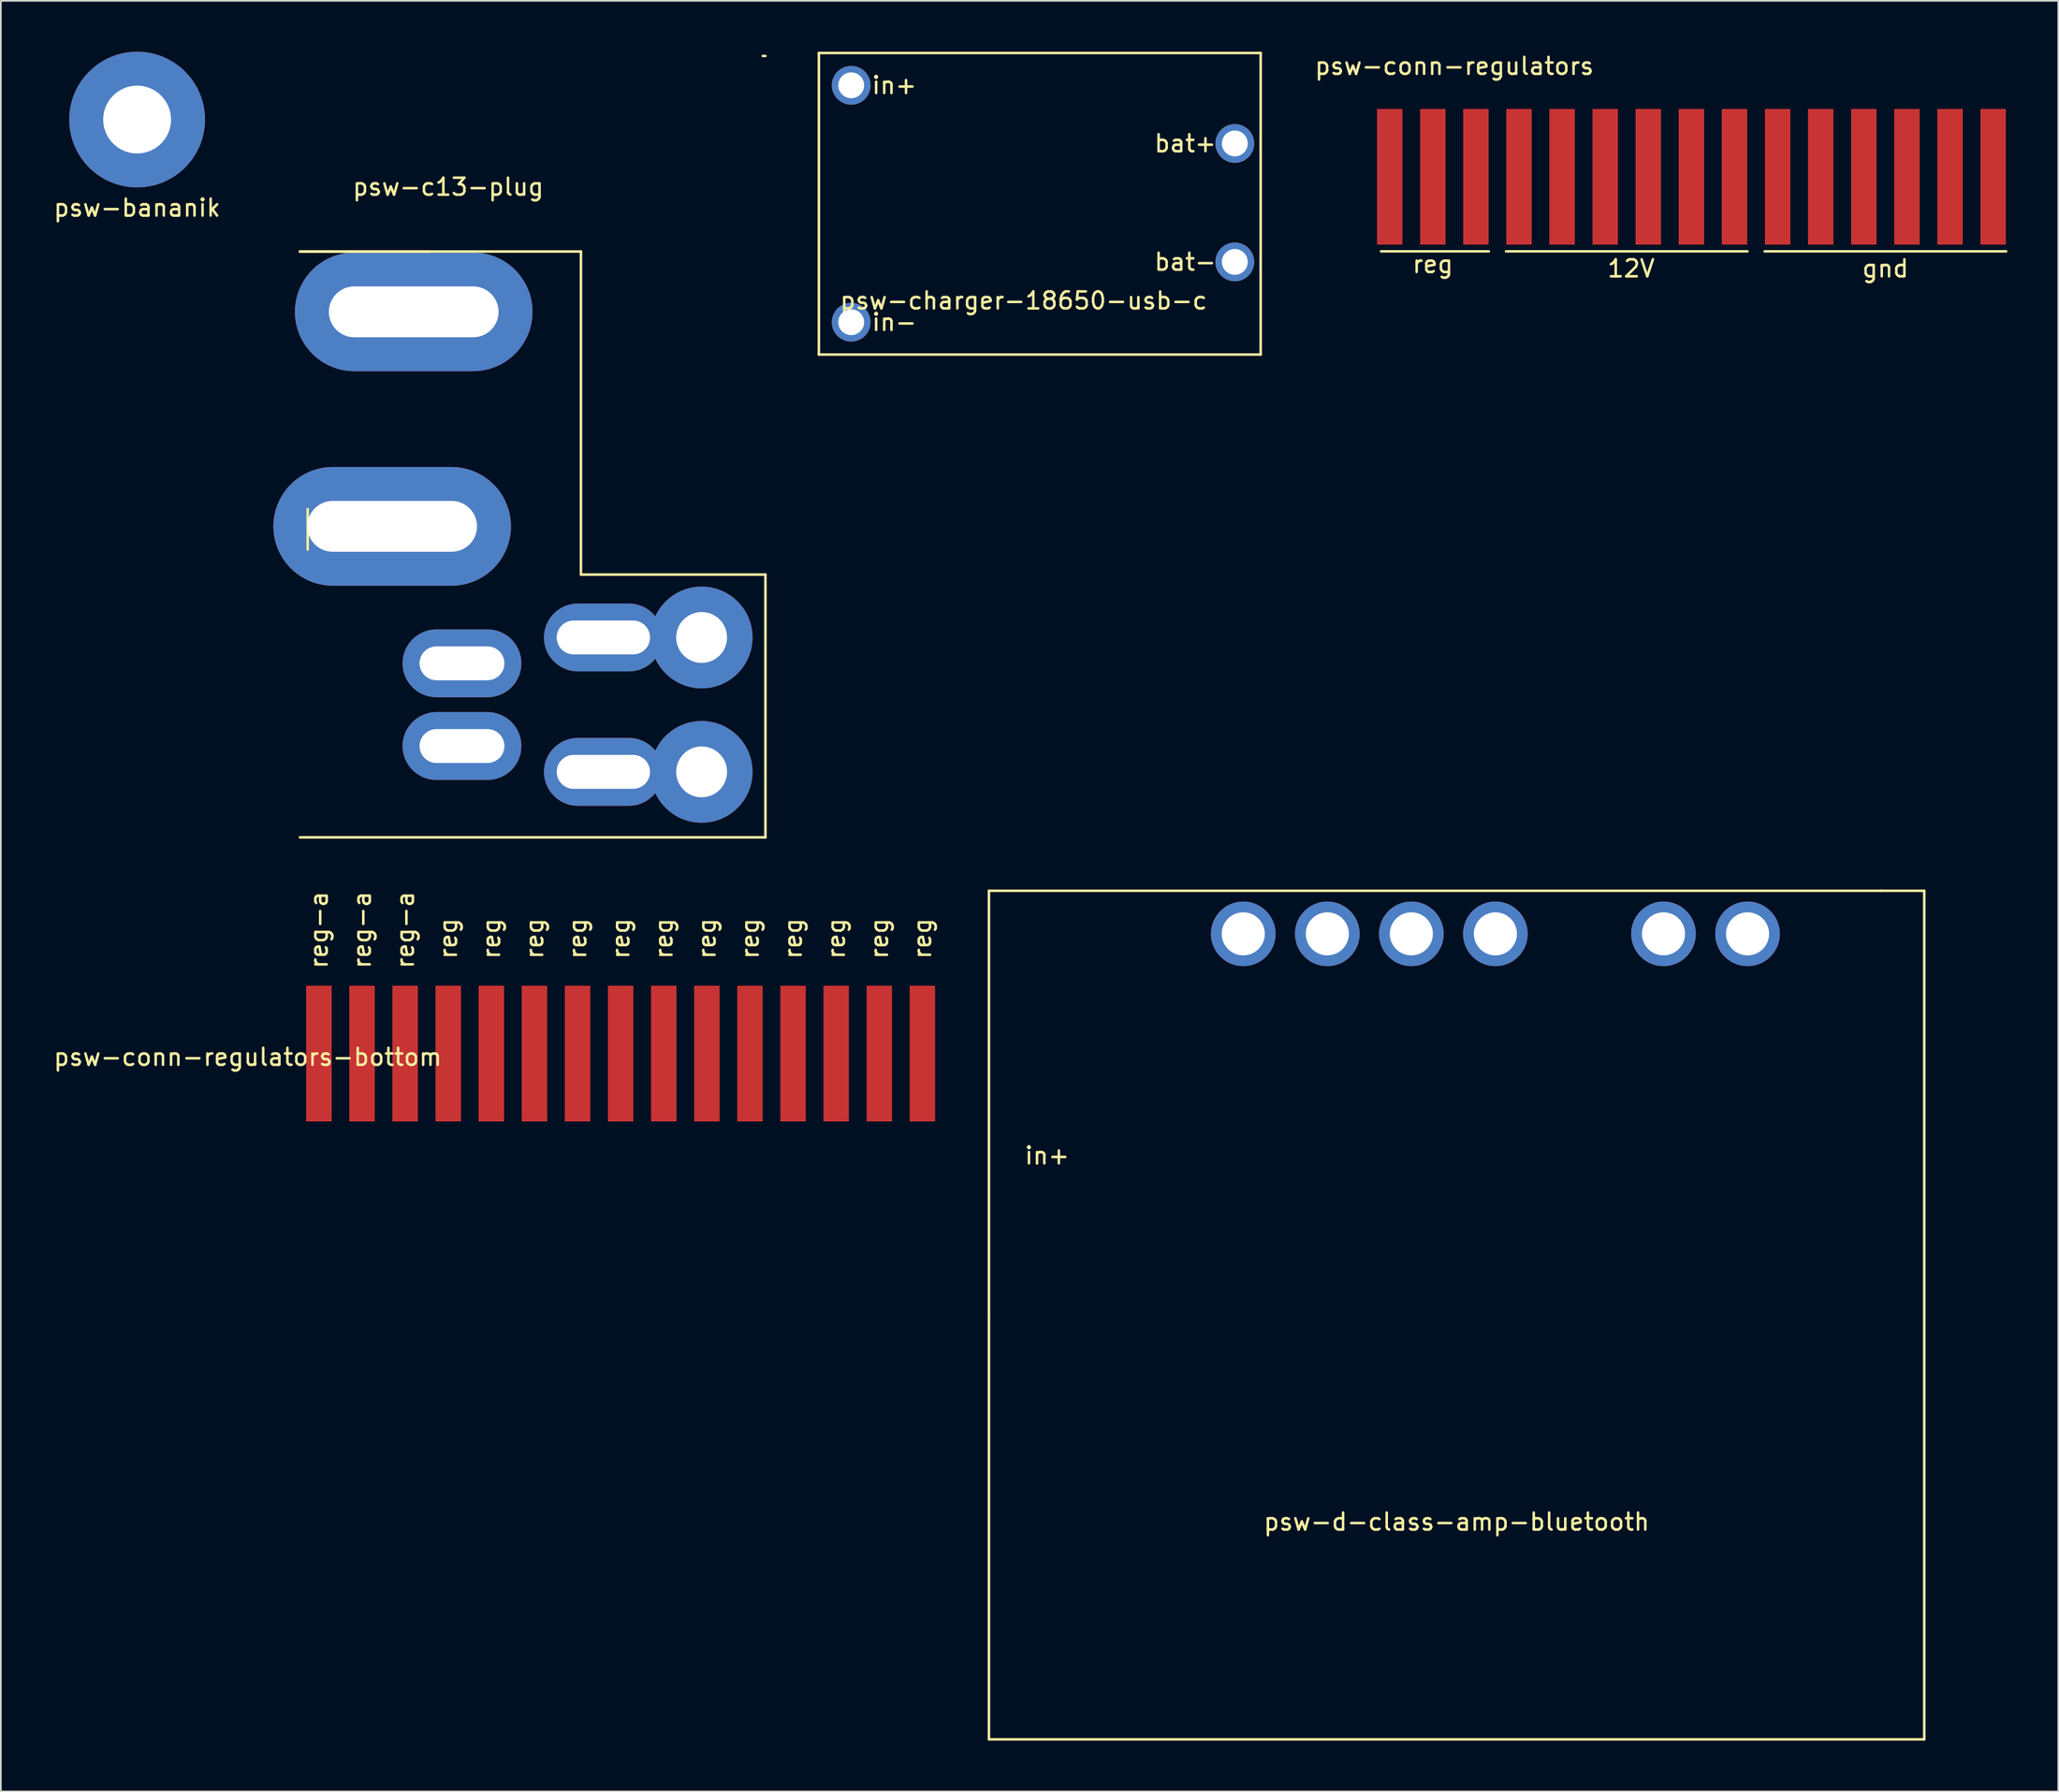
<source format=kicad_pcb>
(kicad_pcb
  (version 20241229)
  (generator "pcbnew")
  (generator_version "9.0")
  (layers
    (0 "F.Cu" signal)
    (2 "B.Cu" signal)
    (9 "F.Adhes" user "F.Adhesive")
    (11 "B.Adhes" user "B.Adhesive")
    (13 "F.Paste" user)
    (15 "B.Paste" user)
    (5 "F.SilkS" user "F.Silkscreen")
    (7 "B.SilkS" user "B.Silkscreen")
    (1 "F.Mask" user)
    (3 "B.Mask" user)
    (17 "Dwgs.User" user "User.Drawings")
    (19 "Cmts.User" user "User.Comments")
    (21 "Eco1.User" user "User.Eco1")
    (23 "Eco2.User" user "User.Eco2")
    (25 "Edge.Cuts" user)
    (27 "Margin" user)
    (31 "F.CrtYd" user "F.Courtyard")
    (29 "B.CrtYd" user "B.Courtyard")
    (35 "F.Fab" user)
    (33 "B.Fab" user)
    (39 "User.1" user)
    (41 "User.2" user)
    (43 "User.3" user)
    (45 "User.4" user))
  (footprint "psw-charger-18650-usb-c"
    (layer "F.Cu")
    (at 57.271 9.6)
    (property "Reference" "psw-charger-18650-usb-c" (at 0 5.08 0) (layer "F.SilkS") (effects (font (size 1 1) (thickness 0.15))))
    (attr through_hole)
    (fp_line (start -12.065 -9.525) (end 13.97 -9.525) (stroke (width 0.15) (type solid)) (layer "F.SilkS"))
    (fp_line (start -12.065 8.255) (end -12.065 -9.525) (stroke (width 0.15) (type solid)) (layer "F.SilkS"))
    (fp_line (start 13.97 -9.525) (end 13.97 8.255) (stroke (width 0.15) (type solid)) (layer "F.SilkS"))
    (fp_line (start 13.97 8.255) (end -12.065 8.255) (stroke (width 0.15) (type solid)) (layer "F.SilkS"))
    (fp_text user "in+" (at -7.62 -7.62 0) (layer "F.SilkS") (effects (font (size 1 1) (thickness 0.15))))
    (fp_text user "bat-" (at 9.525 2.794 0) (layer "F.SilkS") (effects (font (size 1 1) (thickness 0.15))))
    (fp_text user "in-" (at -7.62 6.35 0) (layer "F.SilkS") (effects (font (size 1 1) (thickness 0.15))))
    (fp_text user "bat+" (at 9.525 -4.191 0) (layer "F.SilkS") (effects (font (size 1 1) (thickness 0.15))))
    (pad "1" thru_hole circle (at -10.16 -7.62) (size 2.286 2.286) (drill 1.524) (layers "*.Cu" "*.Mask"))
    (pad "2" thru_hole circle (at -10.16 6.35) (size 2.286 2.286) (drill 1.524) (layers "*.Cu" "*.Mask"))
    (pad "3" thru_hole circle (at 12.446 -4.191) (size 2.286 2.286) (drill 1.524) (layers "*.Cu" "*.Mask"))
    (pad "4" thru_hole circle (at 12.446 2.794) (size 2.286 2.286) (drill 1.524) (layers "*.Cu" "*.Mask")))
  (footprint "psw-d-class-amp-bluetooth"
    (layer "F.Cu")
    (at 82.787 74.495)
    (property "Reference" "psw-d-class-amp-bluetooth" (at 0 12.192 0) (layer "F.SilkS") (effects (font (size 1 1) (thickness 0.15))))
    (attr through_hole)
    (fp_line (start -27.559 -25.019) (end 25.019 -25.019) (stroke (width 0.15) (type solid)) (layer "F.SilkS"))
    (fp_line (start -27.559 0) (end -27.559 -25.019) (stroke (width 0.15) (type solid)) (layer "F.SilkS"))
    (fp_line (start -27.559 25.019) (end -27.559 0) (stroke (width 0.15) (type solid)) (layer "F.SilkS"))
    (fp_line (start 25.019 -25.019) (end 27.559 -25.019) (stroke (width 0.15) (type solid)) (layer "F.SilkS"))
    (fp_line (start 27.559 -25.019) (end 27.559 25.019) (stroke (width 0.15) (type solid)) (layer "F.SilkS"))
    (fp_line (start 27.559 25.019) (end -27.559 25.019) (stroke (width 0.15) (type solid)) (layer "F.SilkS"))
    (fp_text user "in+" (at -24.13 -9.398 0) (layer "F.SilkS") (effects (font (size 1 1) (thickness 0.15))))
    (pad "1" thru_hole circle (at 17.145 -22.479) (size 3.81 3.81) (drill 2.54) (layers "*.Cu" "*.Mask"))
    (pad "2" thru_hole circle (at 12.192 -22.479) (size 3.81 3.81) (drill 2.54) (layers "*.Cu" "*.Mask"))
    (pad "3" thru_hole circle (at 2.286 -22.479) (size 3.81 3.81) (drill 2.54) (layers "*.Cu" "*.Mask"))
    (pad "4" thru_hole circle (at -2.667 -22.479) (size 3.81 3.81) (drill 2.54) (layers "*.Cu" "*.Mask"))
    (pad "5" thru_hole circle (at -7.62 -22.479) (size 3.81 3.81) (drill 2.54) (layers "*.Cu" "*.Mask"))
    (pad "6" thru_hole circle (at -12.573 -22.479) (size 3.81 3.81) (drill 2.54) (layers "*.Cu" "*.Mask")))
  (footprint "psw-c13-plug"
    (layer "F.Cu")
    (at 14.624 0.25)
    (property "Reference" "psw-c13-plug" (at 8.738 7.722 0) (layer "F.SilkS") (effects (font (size 1 1) (thickness 0.15))))
    (attr through_hole)
    (fp_line (start 0 11.532) (end 16.561 11.532) (stroke (width 0.15) (type solid)) (layer "F.SilkS"))
    (fp_line (start 0.457 26.721) (end 0.457 29.108) (stroke (width 0.15) (type solid)) (layer "F.SilkS"))
    (fp_line (start 7.62 11.532) (end 0 11.532) (stroke (width 0.15) (type solid)) (layer "F.SilkS"))
    (fp_line (start 16.561 11.532) (end 16.561 30.582) (stroke (width 0.15) (type solid)) (layer "F.SilkS"))
    (fp_line (start 16.561 30.582) (end 27.432 30.582) (stroke (width 0.15) (type solid)) (layer "F.SilkS"))
    (fp_line (start 27.28 0) (end 27.432 0) (stroke (width 0.15) (type solid)) (layer "F.SilkS"))
    (fp_line (start 27.432 30.582) (end 27.432 46.076) (stroke (width 0.15) (type solid)) (layer "F.SilkS"))
    (fp_line (start 27.432 46.076) (end 0 46.076) (stroke (width 0.15) (type solid)) (layer "F.SilkS"))
    (pad "1" thru_hole oval (at 6.706 15.088) (size 14 7) (drill oval 10 3) (layers "*.Cu" "*.Mask"))
    (pad "2" thru_hole oval (at 5.436 27.737) (size 14 7) (drill oval 10 3) (layers "*.Cu" "*.Mask"))
    (pad "3" thru_hole oval (at 9.55 35.814) (size 7 4) (drill oval 5 2) (layers "*.Cu" "*.Mask"))
    (pad "4" thru_hole oval (at 9.55 40.691) (size 7 4) (drill oval 5 2) (layers "*.Cu" "*.Mask"))
    (pad "5" thru_hole oval (at 17.882 34.29) (size 7 4) (drill oval 5.5 2) (layers "*.Cu" "*.Mask"))
    (pad "5" thru_hole circle (at 23.673 34.29) (size 6 6) (drill 3) (layers "*.Cu" "*.Mask"))
    (pad "6" thru_hole oval (at 17.882 42.215) (size 7 4) (drill oval 5.5 2) (layers "*.Cu" "*.Mask"))
    (pad "6" thru_hole circle (at 23.673 42.215) (size 6 6) (drill 3) (layers "*.Cu" "*.Mask")))
  (footprint "psw-conn-regulators-bottom"
    (layer "F.Cu")
    (at 14.729 54.836)
    (property "Reference" "psw-conn-regulators-bottom" (at -3.175 4.445 0) (layer "F.SilkS") (effects (font (size 1 1) (thickness 0.15))))
    (attr through_hole)
    (fp_text user "reg-a" (at 6.096 -3.048 90) (layer "F.SilkS") (effects (font (size 1 1) (thickness 0.15))))
    (fp_text user "reg" (at 23.876 -2.54 90) (layer "F.SilkS") (effects (font (size 1 1) (thickness 0.15))))
    (fp_text user "reg" (at 21.336 -2.54 90) (layer "F.SilkS") (effects (font (size 1 1) (thickness 0.15))))
    (fp_text user "reg" (at 36.576 -2.54 90) (layer "F.SilkS") (effects (font (size 1 1) (thickness 0.15))))
    (fp_text user "reg-a" (at 1.016 -3.048 90) (layer "F.SilkS") (effects (font (size 1 1) (thickness 0.15))))
    (fp_text user "reg" (at 18.796 -2.54 90) (layer "F.SilkS") (effects (font (size 1 1) (thickness 0.15))))
    (fp_text user "reg" (at 8.636 -2.54 90) (layer "F.SilkS") (effects (font (size 1 1) (thickness 0.15))))
    (fp_text user "reg" (at 11.176 -2.54 90) (layer "F.SilkS") (effects (font (size 1 1) (thickness 0.15))))
    (fp_text user "reg" (at 26.416 -2.54 90) (layer "F.SilkS") (effects (font (size 1 1) (thickness 0.15))))
    (fp_text user "reg" (at 31.496 -2.54 90) (layer "F.SilkS") (effects (font (size 1 1) (thickness 0.15))))
    (fp_text user "reg" (at 13.716 -2.54 90) (layer "F.SilkS") (effects (font (size 1 1) (thickness 0.15))))
    (fp_text user "reg" (at 28.956 -2.54 90) (layer "F.SilkS") (effects (font (size 1 1) (thickness 0.15))))
    (fp_text user "reg" (at 34.036 -2.54 90) (layer "F.SilkS") (effects (font (size 1 1) (thickness 0.15))))
    (fp_text user "reg-a" (at 3.556 -3.048 90) (layer "F.SilkS") (effects (font (size 1 1) (thickness 0.15))))
    (fp_text user "reg" (at 16.256 -2.54 90) (layer "F.SilkS") (effects (font (size 1 1) (thickness 0.15))))
    (pad "1" smd rect (at 1.016 4.242) (size 1.5 8) (layers "F.Cu" "F.Mask" "F.Paste"))
    (pad "2" smd rect (at 3.556 4.242) (size 1.5 8) (layers "F.Cu" "F.Mask" "F.Paste"))
    (pad "3" smd rect (at 6.096 4.242) (size 1.5 8) (layers "F.Cu" "F.Mask" "F.Paste"))
    (pad "4" smd rect (at 8.636 4.242) (size 1.5 8) (layers "F.Cu" "F.Mask" "F.Paste"))
    (pad "4" smd rect (at 11.176 4.242) (size 1.5 8) (layers "F.Cu" "F.Mask" "F.Paste"))
    (pad "4" smd rect (at 13.716 4.242) (size 1.5 8) (layers "F.Cu" "F.Mask" "F.Paste"))
    (pad "4" smd rect (at 16.256 4.242) (size 1.5 8) (layers "F.Cu" "F.Mask" "F.Paste"))
    (pad "4" smd rect (at 18.796 4.242) (size 1.5 8) (layers "F.Cu" "F.Mask" "F.Paste"))
    (pad "4" smd rect (at 21.336 4.242) (size 1.5 8) (layers "F.Cu" "F.Mask" "F.Paste"))
    (pad "4" smd rect (at 23.876 4.242) (size 1.5 8) (layers "F.Cu" "F.Mask" "F.Paste"))
    (pad "4" smd rect (at 26.416 4.242) (size 1.5 8) (layers "F.Cu" "F.Mask" "F.Paste"))
    (pad "4" smd rect (at 28.956 4.242) (size 1.5 8) (layers "F.Cu" "F.Mask" "F.Paste"))
    (pad "4" smd rect (at 31.496 4.242) (size 1.5 8) (layers "F.Cu" "F.Mask" "F.Paste"))
    (pad "4" smd rect (at 34.036 4.242) (size 1.5 8) (layers "F.Cu" "F.Mask" "F.Paste"))
    (pad "4" smd rect (at 36.576 4.242) (size 1.5 8) (layers "F.Cu" "F.Mask" "F.Paste")))
  (footprint "psw-conn-regulators"
    (layer "F.Cu")
    (at 77.829 3.134)
    (property "Reference" "psw-conn-regulators" (at 4.826 -2.286 0) (layer "F.SilkS") (effects (font (size 1 1) (thickness 0.15))))
    (attr through_hole)
    (fp_line (start 6.858 8.636) (end 0.508 8.636) (stroke (width 0.15) (type solid)) (layer "F.SilkS"))
    (fp_line (start 22.098 8.636) (end 7.874 8.636) (stroke (width 0.15) (type solid)) (layer "F.SilkS"))
    (fp_line (start 37.338 8.636) (end 23.114 8.636) (stroke (width 0.15) (type solid)) (layer "F.SilkS"))
    (fp_text user "12V" (at 15.24 9.652 180) (layer "F.SilkS") (effects (font (size 1 1) (thickness 0.15))))
    (fp_text user "gnd" (at 30.226 9.652 180) (layer "F.SilkS") (effects (font (size 1 1) (thickness 0.15))))
    (fp_text user "reg" (at 3.556 9.398 0) (layer "F.SilkS") (effects (font (size 1 1) (thickness 0.15))))
    (pad "1" smd rect (at 1.016 4.242) (size 1.5 8) (layers "F.Cu" "F.Mask" "F.Paste"))
    (pad "2" smd rect (at 3.556 4.242) (size 1.5 8) (layers "F.Cu" "F.Mask" "F.Paste"))
    (pad "3" smd rect (at 6.096 4.242) (size 1.5 8) (layers "F.Cu" "F.Mask" "F.Paste"))
    (pad "4" smd rect (at 8.636 4.242) (size 1.5 8) (layers "F.Cu" "F.Mask" "F.Paste"))
    (pad "4" smd rect (at 11.176 4.242) (size 1.5 8) (layers "F.Cu" "F.Mask" "F.Paste"))
    (pad "4" smd rect (at 13.716 4.242) (size 1.5 8) (layers "F.Cu" "F.Mask" "F.Paste"))
    (pad "4" smd rect (at 16.256 4.242) (size 1.5 8) (layers "F.Cu" "F.Mask" "F.Paste"))
    (pad "4" smd rect (at 18.796 4.242) (size 1.5 8) (layers "F.Cu" "F.Mask" "F.Paste"))
    (pad "4" smd rect (at 21.336 4.242) (size 1.5 8) (layers "F.Cu" "F.Mask" "F.Paste"))
    (pad "5" smd rect (at 23.876 4.242) (size 1.5 8) (layers "F.Cu" "F.Mask" "F.Paste"))
    (pad "5" smd rect (at 26.416 4.242) (size 1.5 8) (layers "F.Cu" "F.Mask" "F.Paste"))
    (pad "5" smd rect (at 28.956 4.242) (size 1.5 8) (layers "F.Cu" "F.Mask" "F.Paste"))
    (pad "5" smd rect (at 31.496 4.242) (size 1.5 8) (layers "F.Cu" "F.Mask" "F.Paste"))
    (pad "5" smd rect (at 34.036 4.242) (size 1.5 8) (layers "F.Cu" "F.Mask" "F.Paste"))
    (pad "5" smd rect (at 36.576 4.242) (size 1.5 8) (layers "F.Cu" "F.Mask" "F.Paste")))
  (footprint "psw-bananik"
    (layer "F.Cu")
    (at 5.03 4)
    (property "Reference" "psw-bananik" (at 0 5.207 0) (layer "F.SilkS") (effects (font (size 1 1) (thickness 0.15))))
    (attr through_hole)
    (pad "1" thru_hole circle (at 0 0) (size 8 8) (drill 4) (layers "*.Cu" "*.Mask")))
  (gr_rect
    (start -3 -3)
    (end 118.242 102.589)
    (stroke (width 0.1) (type default))
    (fill no)
    (layer "Edge.Cuts")))
</source>
